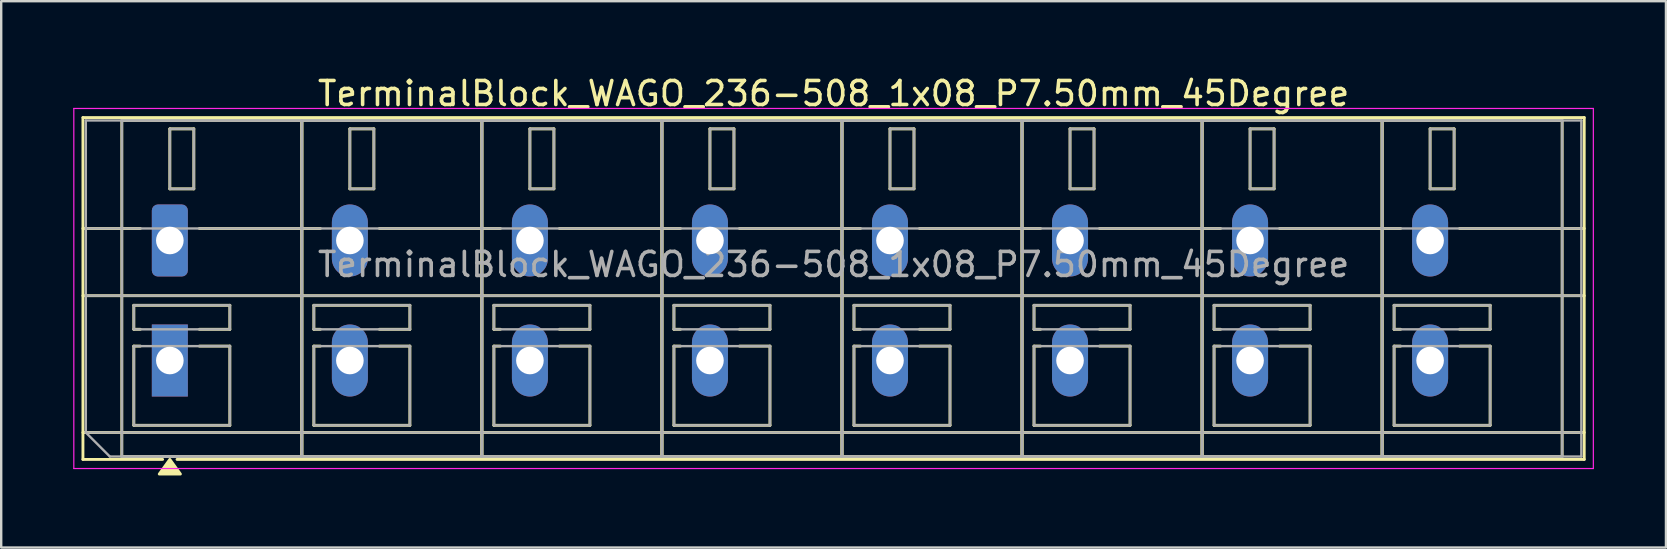
<source format=kicad_pcb>
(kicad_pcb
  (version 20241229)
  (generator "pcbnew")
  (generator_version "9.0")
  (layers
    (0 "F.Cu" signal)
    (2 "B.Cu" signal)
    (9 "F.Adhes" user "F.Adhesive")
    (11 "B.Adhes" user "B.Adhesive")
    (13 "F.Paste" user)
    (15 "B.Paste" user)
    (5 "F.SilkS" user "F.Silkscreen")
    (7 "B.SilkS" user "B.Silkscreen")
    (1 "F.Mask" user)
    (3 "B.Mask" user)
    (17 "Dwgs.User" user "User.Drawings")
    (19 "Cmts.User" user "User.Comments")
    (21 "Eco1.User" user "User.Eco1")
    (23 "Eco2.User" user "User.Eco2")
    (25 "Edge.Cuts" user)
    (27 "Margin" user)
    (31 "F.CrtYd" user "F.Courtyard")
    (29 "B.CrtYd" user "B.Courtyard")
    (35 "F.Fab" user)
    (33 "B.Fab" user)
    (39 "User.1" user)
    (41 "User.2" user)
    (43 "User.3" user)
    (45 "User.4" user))
  (footprint "TerminalBlock_WAGO_236-508_1x08_P7.50mm_45Degree"
    (layer "F.Cu")
    (at 4.025 6.968)
    (property "Reference" "TerminalBlock_WAGO_236-508_1x08_P7.50mm_45Degree" (at 27.65 -6.12 0) (layer "F.SilkS") (effects (font (size 1 1) (thickness 0.15))))
    (attr through_hole)
    (fp_line (start -3.62 -5.12) (end 58.92 -5.12) (stroke (width 0.12) (type solid)) (layer "F.SilkS"))
    (fp_line (start -3.62 -0.5) (end -1.23 -0.5) (stroke (width 0.12) (type solid)) (layer "F.SilkS"))
    (fp_line (start -3.62 2.3) (end 58.92 2.3) (stroke (width 0.12) (type solid)) (layer "F.SilkS"))
    (fp_line (start -3.62 8) (end 58.92 8) (stroke (width 0.12) (type solid)) (layer "F.SilkS"))
    (fp_line (start -3.62 9.12) (end -3.62 -5.12) (stroke (width 0.12) (type solid)) (layer "F.SilkS"))
    (fp_line (start -2 -5) (end 5.5 -5) (stroke (width 0.12) (type solid)) (layer "F.SilkS"))
    (fp_line (start -2 9) (end -2 -5) (stroke (width 0.12) (type solid)) (layer "F.SilkS"))
    (fp_line (start -1.5 2.7) (end 2.5 2.7) (stroke (width 0.12) (type solid)) (layer "F.SilkS"))
    (fp_line (start -1.5 3.7) (end -1.5 2.7) (stroke (width 0.12) (type solid)) (layer "F.SilkS"))
    (fp_line (start -1.5 4.4) (end -1.23 4.4) (stroke (width 0.12) (type solid)) (layer "F.SilkS"))
    (fp_line (start -1.5 7.7) (end -1.5 4.4) (stroke (width 0.12) (type solid)) (layer "F.SilkS"))
    (fp_line (start -1.23 3.7) (end -1.5 3.7) (stroke (width 0.12) (type solid)) (layer "F.SilkS"))
    (fp_line (start -0.3 9.12) (end -3.62 9.12) (stroke (width 0.12) (type solid)) (layer "F.SilkS"))
    (fp_line (start 0 -4.65) (end 1 -4.65) (stroke (width 0.12) (type solid)) (layer "F.SilkS"))
    (fp_line (start 0 -2.15) (end 0 -4.65) (stroke (width 0.12) (type solid)) (layer "F.SilkS"))
    (fp_line (start 1 -4.65) (end 1 -2.15) (stroke (width 0.12) (type solid)) (layer "F.SilkS"))
    (fp_line (start 1 -2.15) (end 0 -2.15) (stroke (width 0.12) (type solid)) (layer "F.SilkS"))
    (fp_line (start 1.23 -0.5) (end 6.27 -0.5) (stroke (width 0.12) (type solid)) (layer "F.SilkS"))
    (fp_line (start 1.23 4.4) (end 2.5 4.4) (stroke (width 0.12) (type solid)) (layer "F.SilkS"))
    (fp_line (start 2.5 2.7) (end 2.5 3.7) (stroke (width 0.12) (type solid)) (layer "F.SilkS"))
    (fp_line (start 2.5 3.7) (end 1.23 3.7) (stroke (width 0.12) (type solid)) (layer "F.SilkS"))
    (fp_line (start 2.5 4.4) (end 2.5 7.7) (stroke (width 0.12) (type solid)) (layer "F.SilkS"))
    (fp_line (start 2.5 7.7) (end -1.5 7.7) (stroke (width 0.12) (type solid)) (layer "F.SilkS"))
    (fp_line (start 5.5 -5) (end 5.5 9) (stroke (width 0.12) (type solid)) (layer "F.SilkS"))
    (fp_line (start 5.5 -5) (end 13 -5) (stroke (width 0.12) (type solid)) (layer "F.SilkS"))
    (fp_line (start 5.5 9) (end -2 9) (stroke (width 0.12) (type solid)) (layer "F.SilkS"))
    (fp_line (start 5.5 9) (end 5.5 -5) (stroke (width 0.12) (type solid)) (layer "F.SilkS"))
    (fp_line (start 6 2.7) (end 10 2.7) (stroke (width 0.12) (type solid)) (layer "F.SilkS"))
    (fp_line (start 6 3.7) (end 6 2.7) (stroke (width 0.12) (type solid)) (layer "F.SilkS"))
    (fp_line (start 6 4.4) (end 6.27 4.4) (stroke (width 0.12) (type solid)) (layer "F.SilkS"))
    (fp_line (start 6 7.7) (end 6 4.4) (stroke (width 0.12) (type solid)) (layer "F.SilkS"))
    (fp_line (start 6.27 3.7) (end 6 3.7) (stroke (width 0.12) (type solid)) (layer "F.SilkS"))
    (fp_line (start 7.5 -4.65) (end 8.5 -4.65) (stroke (width 0.12) (type solid)) (layer "F.SilkS"))
    (fp_line (start 7.5 -2.15) (end 7.5 -4.65) (stroke (width 0.12) (type solid)) (layer "F.SilkS"))
    (fp_line (start 8.5 -4.65) (end 8.5 -2.15) (stroke (width 0.12) (type solid)) (layer "F.SilkS"))
    (fp_line (start 8.5 -2.15) (end 7.5 -2.15) (stroke (width 0.12) (type solid)) (layer "F.SilkS"))
    (fp_line (start 8.73 -0.5) (end 13.77 -0.5) (stroke (width 0.12) (type solid)) (layer "F.SilkS"))
    (fp_line (start 8.73 4.4) (end 10 4.4) (stroke (width 0.12) (type solid)) (layer "F.SilkS"))
    (fp_line (start 10 2.7) (end 10 3.7) (stroke (width 0.12) (type solid)) (layer "F.SilkS"))
    (fp_line (start 10 3.7) (end 8.73 3.7) (stroke (width 0.12) (type solid)) (layer "F.SilkS"))
    (fp_line (start 10 4.4) (end 10 7.7) (stroke (width 0.12) (type solid)) (layer "F.SilkS"))
    (fp_line (start 10 7.7) (end 6 7.7) (stroke (width 0.12) (type solid)) (layer "F.SilkS"))
    (fp_line (start 13 -5) (end 13 9) (stroke (width 0.12) (type solid)) (layer "F.SilkS"))
    (fp_line (start 13 -5) (end 20.5 -5) (stroke (width 0.12) (type solid)) (layer "F.SilkS"))
    (fp_line (start 13 9) (end 5.5 9) (stroke (width 0.12) (type solid)) (layer "F.SilkS"))
    (fp_line (start 13 9) (end 13 -5) (stroke (width 0.12) (type solid)) (layer "F.SilkS"))
    (fp_line (start 13.5 2.7) (end 17.5 2.7) (stroke (width 0.12) (type solid)) (layer "F.SilkS"))
    (fp_line (start 13.5 3.7) (end 13.5 2.7) (stroke (width 0.12) (type solid)) (layer "F.SilkS"))
    (fp_line (start 13.5 4.4) (end 13.77 4.4) (stroke (width 0.12) (type solid)) (layer "F.SilkS"))
    (fp_line (start 13.5 7.7) (end 13.5 4.4) (stroke (width 0.12) (type solid)) (layer "F.SilkS"))
    (fp_line (start 13.77 3.7) (end 13.5 3.7) (stroke (width 0.12) (type solid)) (layer "F.SilkS"))
    (fp_line (start 15 -4.65) (end 16 -4.65) (stroke (width 0.12) (type solid)) (layer "F.SilkS"))
    (fp_line (start 15 -2.15) (end 15 -4.65) (stroke (width 0.12) (type solid)) (layer "F.SilkS"))
    (fp_line (start 16 -4.65) (end 16 -2.15) (stroke (width 0.12) (type solid)) (layer "F.SilkS"))
    (fp_line (start 16 -2.15) (end 15 -2.15) (stroke (width 0.12) (type solid)) (layer "F.SilkS"))
    (fp_line (start 16.23 -0.5) (end 21.27 -0.5) (stroke (width 0.12) (type solid)) (layer "F.SilkS"))
    (fp_line (start 16.23 4.4) (end 17.5 4.4) (stroke (width 0.12) (type solid)) (layer "F.SilkS"))
    (fp_line (start 17.5 2.7) (end 17.5 3.7) (stroke (width 0.12) (type solid)) (layer "F.SilkS"))
    (fp_line (start 17.5 3.7) (end 16.23 3.7) (stroke (width 0.12) (type solid)) (layer "F.SilkS"))
    (fp_line (start 17.5 4.4) (end 17.5 7.7) (stroke (width 0.12) (type solid)) (layer "F.SilkS"))
    (fp_line (start 17.5 7.7) (end 13.5 7.7) (stroke (width 0.12) (type solid)) (layer "F.SilkS"))
    (fp_line (start 20.5 -5) (end 20.5 9) (stroke (width 0.12) (type solid)) (layer "F.SilkS"))
    (fp_line (start 20.5 -5) (end 28 -5) (stroke (width 0.12) (type solid)) (layer "F.SilkS"))
    (fp_line (start 20.5 9) (end 13 9) (stroke (width 0.12) (type solid)) (layer "F.SilkS"))
    (fp_line (start 20.5 9) (end 20.5 -5) (stroke (width 0.12) (type solid)) (layer "F.SilkS"))
    (fp_line (start 21 2.7) (end 25 2.7) (stroke (width 0.12) (type solid)) (layer "F.SilkS"))
    (fp_line (start 21 3.7) (end 21 2.7) (stroke (width 0.12) (type solid)) (layer "F.SilkS"))
    (fp_line (start 21 4.4) (end 21.27 4.4) (stroke (width 0.12) (type solid)) (layer "F.SilkS"))
    (fp_line (start 21 7.7) (end 21 4.4) (stroke (width 0.12) (type solid)) (layer "F.SilkS"))
    (fp_line (start 21.27 3.7) (end 21 3.7) (stroke (width 0.12) (type solid)) (layer "F.SilkS"))
    (fp_line (start 22.5 -4.65) (end 23.5 -4.65) (stroke (width 0.12) (type solid)) (layer "F.SilkS"))
    (fp_line (start 22.5 -2.15) (end 22.5 -4.65) (stroke (width 0.12) (type solid)) (layer "F.SilkS"))
    (fp_line (start 23.5 -4.65) (end 23.5 -2.15) (stroke (width 0.12) (type solid)) (layer "F.SilkS"))
    (fp_line (start 23.5 -2.15) (end 22.5 -2.15) (stroke (width 0.12) (type solid)) (layer "F.SilkS"))
    (fp_line (start 23.73 -0.5) (end 28.77 -0.5) (stroke (width 0.12) (type solid)) (layer "F.SilkS"))
    (fp_line (start 23.73 4.4) (end 25 4.4) (stroke (width 0.12) (type solid)) (layer "F.SilkS"))
    (fp_line (start 25 2.7) (end 25 3.7) (stroke (width 0.12) (type solid)) (layer "F.SilkS"))
    (fp_line (start 25 3.7) (end 23.73 3.7) (stroke (width 0.12) (type solid)) (layer "F.SilkS"))
    (fp_line (start 25 4.4) (end 25 7.7) (stroke (width 0.12) (type solid)) (layer "F.SilkS"))
    (fp_line (start 25 7.7) (end 21 7.7) (stroke (width 0.12) (type solid)) (layer "F.SilkS"))
    (fp_line (start 28 -5) (end 28 9) (stroke (width 0.12) (type solid)) (layer "F.SilkS"))
    (fp_line (start 28 -5) (end 35.5 -5) (stroke (width 0.12) (type solid)) (layer "F.SilkS"))
    (fp_line (start 28 9) (end 20.5 9) (stroke (width 0.12) (type solid)) (layer "F.SilkS"))
    (fp_line (start 28 9) (end 28 -5) (stroke (width 0.12) (type solid)) (layer "F.SilkS"))
    (fp_line (start 28.5 2.7) (end 32.5 2.7) (stroke (width 0.12) (type solid)) (layer "F.SilkS"))
    (fp_line (start 28.5 3.7) (end 28.5 2.7) (stroke (width 0.12) (type solid)) (layer "F.SilkS"))
    (fp_line (start 28.5 4.4) (end 28.77 4.4) (stroke (width 0.12) (type solid)) (layer "F.SilkS"))
    (fp_line (start 28.5 7.7) (end 28.5 4.4) (stroke (width 0.12) (type solid)) (layer "F.SilkS"))
    (fp_line (start 28.77 3.7) (end 28.5 3.7) (stroke (width 0.12) (type solid)) (layer "F.SilkS"))
    (fp_line (start 30 -4.65) (end 31 -4.65) (stroke (width 0.12) (type solid)) (layer "F.SilkS"))
    (fp_line (start 30 -2.15) (end 30 -4.65) (stroke (width 0.12) (type solid)) (layer "F.SilkS"))
    (fp_line (start 31 -4.65) (end 31 -2.15) (stroke (width 0.12) (type solid)) (layer "F.SilkS"))
    (fp_line (start 31 -2.15) (end 30 -2.15) (stroke (width 0.12) (type solid)) (layer "F.SilkS"))
    (fp_line (start 31.23 -0.5) (end 36.27 -0.5) (stroke (width 0.12) (type solid)) (layer "F.SilkS"))
    (fp_line (start 31.23 4.4) (end 32.5 4.4) (stroke (width 0.12) (type solid)) (layer "F.SilkS"))
    (fp_line (start 32.5 2.7) (end 32.5 3.7) (stroke (width 0.12) (type solid)) (layer "F.SilkS"))
    (fp_line (start 32.5 3.7) (end 31.23 3.7) (stroke (width 0.12) (type solid)) (layer "F.SilkS"))
    (fp_line (start 32.5 4.4) (end 32.5 7.7) (stroke (width 0.12) (type solid)) (layer "F.SilkS"))
    (fp_line (start 32.5 7.7) (end 28.5 7.7) (stroke (width 0.12) (type solid)) (layer "F.SilkS"))
    (fp_line (start 35.5 -5) (end 35.5 9) (stroke (width 0.12) (type solid)) (layer "F.SilkS"))
    (fp_line (start 35.5 -5) (end 43 -5) (stroke (width 0.12) (type solid)) (layer "F.SilkS"))
    (fp_line (start 35.5 9) (end 28 9) (stroke (width 0.12) (type solid)) (layer "F.SilkS"))
    (fp_line (start 35.5 9) (end 35.5 -5) (stroke (width 0.12) (type solid)) (layer "F.SilkS"))
    (fp_line (start 36 2.7) (end 40 2.7) (stroke (width 0.12) (type solid)) (layer "F.SilkS"))
    (fp_line (start 36 3.7) (end 36 2.7) (stroke (width 0.12) (type solid)) (layer "F.SilkS"))
    (fp_line (start 36 4.4) (end 36.27 4.4) (stroke (width 0.12) (type solid)) (layer "F.SilkS"))
    (fp_line (start 36 7.7) (end 36 4.4) (stroke (width 0.12) (type solid)) (layer "F.SilkS"))
    (fp_line (start 36.27 3.7) (end 36 3.7) (stroke (width 0.12) (type solid)) (layer "F.SilkS"))
    (fp_line (start 37.5 -4.65) (end 38.5 -4.65) (stroke (width 0.12) (type solid)) (layer "F.SilkS"))
    (fp_line (start 37.5 -2.15) (end 37.5 -4.65) (stroke (width 0.12) (type solid)) (layer "F.SilkS"))
    (fp_line (start 38.5 -4.65) (end 38.5 -2.15) (stroke (width 0.12) (type solid)) (layer "F.SilkS"))
    (fp_line (start 38.5 -2.15) (end 37.5 -2.15) (stroke (width 0.12) (type solid)) (layer "F.SilkS"))
    (fp_line (start 38.73 -0.5) (end 43.77 -0.5) (stroke (width 0.12) (type solid)) (layer "F.SilkS"))
    (fp_line (start 38.73 4.4) (end 40 4.4) (stroke (width 0.12) (type solid)) (layer "F.SilkS"))
    (fp_line (start 40 2.7) (end 40 3.7) (stroke (width 0.12) (type solid)) (layer "F.SilkS"))
    (fp_line (start 40 3.7) (end 38.73 3.7) (stroke (width 0.12) (type solid)) (layer "F.SilkS"))
    (fp_line (start 40 4.4) (end 40 7.7) (stroke (width 0.12) (type solid)) (layer "F.SilkS"))
    (fp_line (start 40 7.7) (end 36 7.7) (stroke (width 0.12) (type solid)) (layer "F.SilkS"))
    (fp_line (start 43 -5) (end 43 9) (stroke (width 0.12) (type solid)) (layer "F.SilkS"))
    (fp_line (start 43 -5) (end 50.5 -5) (stroke (width 0.12) (type solid)) (layer "F.SilkS"))
    (fp_line (start 43 9) (end 35.5 9) (stroke (width 0.12) (type solid)) (layer "F.SilkS"))
    (fp_line (start 43 9) (end 43 -5) (stroke (width 0.12) (type solid)) (layer "F.SilkS"))
    (fp_line (start 43.5 2.7) (end 47.5 2.7) (stroke (width 0.12) (type solid)) (layer "F.SilkS"))
    (fp_line (start 43.5 3.7) (end 43.5 2.7) (stroke (width 0.12) (type solid)) (layer "F.SilkS"))
    (fp_line (start 43.5 4.4) (end 43.77 4.4) (stroke (width 0.12) (type solid)) (layer "F.SilkS"))
    (fp_line (start 43.5 7.7) (end 43.5 4.4) (stroke (width 0.12) (type solid)) (layer "F.SilkS"))
    (fp_line (start 43.77 3.7) (end 43.5 3.7) (stroke (width 0.12) (type solid)) (layer "F.SilkS"))
    (fp_line (start 45 -4.65) (end 46 -4.65) (stroke (width 0.12) (type solid)) (layer "F.SilkS"))
    (fp_line (start 45 -2.15) (end 45 -4.65) (stroke (width 0.12) (type solid)) (layer "F.SilkS"))
    (fp_line (start 46 -4.65) (end 46 -2.15) (stroke (width 0.12) (type solid)) (layer "F.SilkS"))
    (fp_line (start 46 -2.15) (end 45 -2.15) (stroke (width 0.12) (type solid)) (layer "F.SilkS"))
    (fp_line (start 46.23 -0.5) (end 51.27 -0.5) (stroke (width 0.12) (type solid)) (layer "F.SilkS"))
    (fp_line (start 46.23 4.4) (end 47.5 4.4) (stroke (width 0.12) (type solid)) (layer "F.SilkS"))
    (fp_line (start 47.5 2.7) (end 47.5 3.7) (stroke (width 0.12) (type solid)) (layer "F.SilkS"))
    (fp_line (start 47.5 3.7) (end 46.23 3.7) (stroke (width 0.12) (type solid)) (layer "F.SilkS"))
    (fp_line (start 47.5 4.4) (end 47.5 7.7) (stroke (width 0.12) (type solid)) (layer "F.SilkS"))
    (fp_line (start 47.5 7.7) (end 43.5 7.7) (stroke (width 0.12) (type solid)) (layer "F.SilkS"))
    (fp_line (start 50.5 -5) (end 50.5 9) (stroke (width 0.12) (type solid)) (layer "F.SilkS"))
    (fp_line (start 50.5 -5) (end 58 -5) (stroke (width 0.12) (type solid)) (layer "F.SilkS"))
    (fp_line (start 50.5 9) (end 43 9) (stroke (width 0.12) (type solid)) (layer "F.SilkS"))
    (fp_line (start 50.5 9) (end 50.5 -5) (stroke (width 0.12) (type solid)) (layer "F.SilkS"))
    (fp_line (start 51 2.7) (end 55 2.7) (stroke (width 0.12) (type solid)) (layer "F.SilkS"))
    (fp_line (start 51 3.7) (end 51 2.7) (stroke (width 0.12) (type solid)) (layer "F.SilkS"))
    (fp_line (start 51 4.4) (end 51.27 4.4) (stroke (width 0.12) (type solid)) (layer "F.SilkS"))
    (fp_line (start 51 7.7) (end 51 4.4) (stroke (width 0.12) (type solid)) (layer "F.SilkS"))
    (fp_line (start 51.27 3.7) (end 51 3.7) (stroke (width 0.12) (type solid)) (layer "F.SilkS"))
    (fp_line (start 52.5 -4.65) (end 53.5 -4.65) (stroke (width 0.12) (type solid)) (layer "F.SilkS"))
    (fp_line (start 52.5 -2.15) (end 52.5 -4.65) (stroke (width 0.12) (type solid)) (layer "F.SilkS"))
    (fp_line (start 53.5 -4.65) (end 53.5 -2.15) (stroke (width 0.12) (type solid)) (layer "F.SilkS"))
    (fp_line (start 53.5 -2.15) (end 52.5 -2.15) (stroke (width 0.12) (type solid)) (layer "F.SilkS"))
    (fp_line (start 53.73 -0.5) (end 58.92 -0.5) (stroke (width 0.12) (type solid)) (layer "F.SilkS"))
    (fp_line (start 53.73 4.4) (end 55 4.4) (stroke (width 0.12) (type solid)) (layer "F.SilkS"))
    (fp_line (start 55 2.7) (end 55 3.7) (stroke (width 0.12) (type solid)) (layer "F.SilkS"))
    (fp_line (start 55 3.7) (end 53.73 3.7) (stroke (width 0.12) (type solid)) (layer "F.SilkS"))
    (fp_line (start 55 4.4) (end 55 7.7) (stroke (width 0.12) (type solid)) (layer "F.SilkS"))
    (fp_line (start 55 7.7) (end 51 7.7) (stroke (width 0.12) (type solid)) (layer "F.SilkS"))
    (fp_line (start 58 -5) (end 58 9) (stroke (width 0.12) (type solid)) (layer "F.SilkS"))
    (fp_line (start 58 9) (end 50.5 9) (stroke (width 0.12) (type solid)) (layer "F.SilkS"))
    (fp_line (start 58.92 -5.12) (end 58.92 9.12) (stroke (width 0.12) (type solid)) (layer "F.SilkS"))
    (fp_line (start 58.92 9.12) (end 0.3 9.12) (stroke (width 0.12) (type solid)) (layer "F.SilkS"))
    (fp_poly (pts (xy 0 9.12) (xy 0.44 9.73) (xy -0.44 9.73)) (stroke (width 0.12) (type solid)) (fill yes) (layer "F.SilkS"))
    (fp_line (start -4 -5.5) (end -4 9.5) (stroke (width 0.05) (type solid)) (layer "F.CrtYd"))
    (fp_line (start -4 9.5) (end 59.3 9.5) (stroke (width 0.05) (type solid)) (layer "F.CrtYd"))
    (fp_line (start 59.3 -5.5) (end -4 -5.5) (stroke (width 0.05) (type solid)) (layer "F.CrtYd"))
    (fp_line (start 59.3 9.5) (end 59.3 -5.5) (stroke (width 0.05) (type solid)) (layer "F.CrtYd"))
    (fp_line (start -3.5 -5) (end 58.8 -5) (stroke (width 0.1) (type solid)) (layer "F.Fab"))
    (fp_line (start -3.5 -0.5) (end 58.8 -0.5) (stroke (width 0.1) (type solid)) (layer "F.Fab"))
    (fp_line (start -3.5 2.3) (end 58.8 2.3) (stroke (width 0.1) (type solid)) (layer "F.Fab"))
    (fp_line (start -3.5 8) (end -3.5 -5) (stroke (width 0.1) (type solid)) (layer "F.Fab"))
    (fp_line (start -3.5 8) (end 58.8 8) (stroke (width 0.1) (type solid)) (layer "F.Fab"))
    (fp_line (start -2.5 9) (end -3.5 8) (stroke (width 0.1) (type solid)) (layer "F.Fab"))
    (fp_line (start -2 -5) (end -2 9) (stroke (width 0.1) (type solid)) (layer "F.Fab"))
    (fp_line (start -2 9) (end 5.5 9) (stroke (width 0.1) (type solid)) (layer "F.Fab"))
    (fp_line (start -1.5 2.7) (end -1.5 3.7) (stroke (width 0.1) (type solid)) (layer "F.Fab"))
    (fp_line (start -1.5 3.7) (end 2.5 3.7) (stroke (width 0.1) (type solid)) (layer "F.Fab"))
    (fp_line (start -1.5 4.4) (end -1.5 7.7) (stroke (width 0.1) (type solid)) (layer "F.Fab"))
    (fp_line (start -1.5 7.7) (end 2.5 7.7) (stroke (width 0.1) (type solid)) (layer "F.Fab"))
    (fp_line (start 0 -4.65) (end 0 -2.15) (stroke (width 0.1) (type solid)) (layer "F.Fab"))
    (fp_line (start 0 -2.15) (end 1 -2.15) (stroke (width 0.1) (type solid)) (layer "F.Fab"))
    (fp_line (start 1 -4.65) (end 0 -4.65) (stroke (width 0.1) (type solid)) (layer "F.Fab"))
    (fp_line (start 1 -2.15) (end 1 -4.65) (stroke (width 0.1) (type solid)) (layer "F.Fab"))
    (fp_line (start 2.5 2.7) (end -1.5 2.7) (stroke (width 0.1) (type solid)) (layer "F.Fab"))
    (fp_line (start 2.5 3.7) (end 2.5 2.7) (stroke (width 0.1) (type solid)) (layer "F.Fab"))
    (fp_line (start 2.5 4.4) (end -1.5 4.4) (stroke (width 0.1) (type solid)) (layer "F.Fab"))
    (fp_line (start 2.5 7.7) (end 2.5 4.4) (stroke (width 0.1) (type solid)) (layer "F.Fab"))
    (fp_line (start 5.5 -5) (end -2 -5) (stroke (width 0.1) (type solid)) (layer "F.Fab"))
    (fp_line (start 5.5 -5) (end 5.5 9) (stroke (width 0.1) (type solid)) (layer "F.Fab"))
    (fp_line (start 5.5 9) (end 5.5 -5) (stroke (width 0.1) (type solid)) (layer "F.Fab"))
    (fp_line (start 5.5 9) (end 13 9) (stroke (width 0.1) (type solid)) (layer "F.Fab"))
    (fp_line (start 6 2.7) (end 6 3.7) (stroke (width 0.1) (type solid)) (layer "F.Fab"))
    (fp_line (start 6 3.7) (end 10 3.7) (stroke (width 0.1) (type solid)) (layer "F.Fab"))
    (fp_line (start 6 4.4) (end 6 7.7) (stroke (width 0.1) (type solid)) (layer "F.Fab"))
    (fp_line (start 6 7.7) (end 10 7.7) (stroke (width 0.1) (type solid)) (layer "F.Fab"))
    (fp_line (start 7.5 -4.65) (end 7.5 -2.15) (stroke (width 0.1) (type solid)) (layer "F.Fab"))
    (fp_line (start 7.5 -2.15) (end 8.5 -2.15) (stroke (width 0.1) (type solid)) (layer "F.Fab"))
    (fp_line (start 8.5 -4.65) (end 7.5 -4.65) (stroke (width 0.1) (type solid)) (layer "F.Fab"))
    (fp_line (start 8.5 -2.15) (end 8.5 -4.65) (stroke (width 0.1) (type solid)) (layer "F.Fab"))
    (fp_line (start 10 2.7) (end 6 2.7) (stroke (width 0.1) (type solid)) (layer "F.Fab"))
    (fp_line (start 10 3.7) (end 10 2.7) (stroke (width 0.1) (type solid)) (layer "F.Fab"))
    (fp_line (start 10 4.4) (end 6 4.4) (stroke (width 0.1) (type solid)) (layer "F.Fab"))
    (fp_line (start 10 7.7) (end 10 4.4) (stroke (width 0.1) (type solid)) (layer "F.Fab"))
    (fp_line (start 13 -5) (end 5.5 -5) (stroke (width 0.1) (type solid)) (layer "F.Fab"))
    (fp_line (start 13 -5) (end 13 9) (stroke (width 0.1) (type solid)) (layer "F.Fab"))
    (fp_line (start 13 9) (end 13 -5) (stroke (width 0.1) (type solid)) (layer "F.Fab"))
    (fp_line (start 13 9) (end 20.5 9) (stroke (width 0.1) (type solid)) (layer "F.Fab"))
    (fp_line (start 13.5 2.7) (end 13.5 3.7) (stroke (width 0.1) (type solid)) (layer "F.Fab"))
    (fp_line (start 13.5 3.7) (end 17.5 3.7) (stroke (width 0.1) (type solid)) (layer "F.Fab"))
    (fp_line (start 13.5 4.4) (end 13.5 7.7) (stroke (width 0.1) (type solid)) (layer "F.Fab"))
    (fp_line (start 13.5 7.7) (end 17.5 7.7) (stroke (width 0.1) (type solid)) (layer "F.Fab"))
    (fp_line (start 15 -4.65) (end 15 -2.15) (stroke (width 0.1) (type solid)) (layer "F.Fab"))
    (fp_line (start 15 -2.15) (end 16 -2.15) (stroke (width 0.1) (type solid)) (layer "F.Fab"))
    (fp_line (start 16 -4.65) (end 15 -4.65) (stroke (width 0.1) (type solid)) (layer "F.Fab"))
    (fp_line (start 16 -2.15) (end 16 -4.65) (stroke (width 0.1) (type solid)) (layer "F.Fab"))
    (fp_line (start 17.5 2.7) (end 13.5 2.7) (stroke (width 0.1) (type solid)) (layer "F.Fab"))
    (fp_line (start 17.5 3.7) (end 17.5 2.7) (stroke (width 0.1) (type solid)) (layer "F.Fab"))
    (fp_line (start 17.5 4.4) (end 13.5 4.4) (stroke (width 0.1) (type solid)) (layer "F.Fab"))
    (fp_line (start 17.5 7.7) (end 17.5 4.4) (stroke (width 0.1) (type solid)) (layer "F.Fab"))
    (fp_line (start 20.5 -5) (end 13 -5) (stroke (width 0.1) (type solid)) (layer "F.Fab"))
    (fp_line (start 20.5 -5) (end 20.5 9) (stroke (width 0.1) (type solid)) (layer "F.Fab"))
    (fp_line (start 20.5 9) (end 20.5 -5) (stroke (width 0.1) (type solid)) (layer "F.Fab"))
    (fp_line (start 20.5 9) (end 28 9) (stroke (width 0.1) (type solid)) (layer "F.Fab"))
    (fp_line (start 21 2.7) (end 21 3.7) (stroke (width 0.1) (type solid)) (layer "F.Fab"))
    (fp_line (start 21 3.7) (end 25 3.7) (stroke (width 0.1) (type solid)) (layer "F.Fab"))
    (fp_line (start 21 4.4) (end 21 7.7) (stroke (width 0.1) (type solid)) (layer "F.Fab"))
    (fp_line (start 21 7.7) (end 25 7.7) (stroke (width 0.1) (type solid)) (layer "F.Fab"))
    (fp_line (start 22.5 -4.65) (end 22.5 -2.15) (stroke (width 0.1) (type solid)) (layer "F.Fab"))
    (fp_line (start 22.5 -2.15) (end 23.5 -2.15) (stroke (width 0.1) (type solid)) (layer "F.Fab"))
    (fp_line (start 23.5 -4.65) (end 22.5 -4.65) (stroke (width 0.1) (type solid)) (layer "F.Fab"))
    (fp_line (start 23.5 -2.15) (end 23.5 -4.65) (stroke (width 0.1) (type solid)) (layer "F.Fab"))
    (fp_line (start 25 2.7) (end 21 2.7) (stroke (width 0.1) (type solid)) (layer "F.Fab"))
    (fp_line (start 25 3.7) (end 25 2.7) (stroke (width 0.1) (type solid)) (layer "F.Fab"))
    (fp_line (start 25 4.4) (end 21 4.4) (stroke (width 0.1) (type solid)) (layer "F.Fab"))
    (fp_line (start 25 7.7) (end 25 4.4) (stroke (width 0.1) (type solid)) (layer "F.Fab"))
    (fp_line (start 28 -5) (end 20.5 -5) (stroke (width 0.1) (type solid)) (layer "F.Fab"))
    (fp_line (start 28 -5) (end 28 9) (stroke (width 0.1) (type solid)) (layer "F.Fab"))
    (fp_line (start 28 9) (end 28 -5) (stroke (width 0.1) (type solid)) (layer "F.Fab"))
    (fp_line (start 28 9) (end 35.5 9) (stroke (width 0.1) (type solid)) (layer "F.Fab"))
    (fp_line (start 28.5 2.7) (end 28.5 3.7) (stroke (width 0.1) (type solid)) (layer "F.Fab"))
    (fp_line (start 28.5 3.7) (end 32.5 3.7) (stroke (width 0.1) (type solid)) (layer "F.Fab"))
    (fp_line (start 28.5 4.4) (end 28.5 7.7) (stroke (width 0.1) (type solid)) (layer "F.Fab"))
    (fp_line (start 28.5 7.7) (end 32.5 7.7) (stroke (width 0.1) (type solid)) (layer "F.Fab"))
    (fp_line (start 30 -4.65) (end 30 -2.15) (stroke (width 0.1) (type solid)) (layer "F.Fab"))
    (fp_line (start 30 -2.15) (end 31 -2.15) (stroke (width 0.1) (type solid)) (layer "F.Fab"))
    (fp_line (start 31 -4.65) (end 30 -4.65) (stroke (width 0.1) (type solid)) (layer "F.Fab"))
    (fp_line (start 31 -2.15) (end 31 -4.65) (stroke (width 0.1) (type solid)) (layer "F.Fab"))
    (fp_line (start 32.5 2.7) (end 28.5 2.7) (stroke (width 0.1) (type solid)) (layer "F.Fab"))
    (fp_line (start 32.5 3.7) (end 32.5 2.7) (stroke (width 0.1) (type solid)) (layer "F.Fab"))
    (fp_line (start 32.5 4.4) (end 28.5 4.4) (stroke (width 0.1) (type solid)) (layer "F.Fab"))
    (fp_line (start 32.5 7.7) (end 32.5 4.4) (stroke (width 0.1) (type solid)) (layer "F.Fab"))
    (fp_line (start 35.5 -5) (end 28 -5) (stroke (width 0.1) (type solid)) (layer "F.Fab"))
    (fp_line (start 35.5 -5) (end 35.5 9) (stroke (width 0.1) (type solid)) (layer "F.Fab"))
    (fp_line (start 35.5 9) (end 35.5 -5) (stroke (width 0.1) (type solid)) (layer "F.Fab"))
    (fp_line (start 35.5 9) (end 43 9) (stroke (width 0.1) (type solid)) (layer "F.Fab"))
    (fp_line (start 36 2.7) (end 36 3.7) (stroke (width 0.1) (type solid)) (layer "F.Fab"))
    (fp_line (start 36 3.7) (end 40 3.7) (stroke (width 0.1) (type solid)) (layer "F.Fab"))
    (fp_line (start 36 4.4) (end 36 7.7) (stroke (width 0.1) (type solid)) (layer "F.Fab"))
    (fp_line (start 36 7.7) (end 40 7.7) (stroke (width 0.1) (type solid)) (layer "F.Fab"))
    (fp_line (start 37.5 -4.65) (end 37.5 -2.15) (stroke (width 0.1) (type solid)) (layer "F.Fab"))
    (fp_line (start 37.5 -2.15) (end 38.5 -2.15) (stroke (width 0.1) (type solid)) (layer "F.Fab"))
    (fp_line (start 38.5 -4.65) (end 37.5 -4.65) (stroke (width 0.1) (type solid)) (layer "F.Fab"))
    (fp_line (start 38.5 -2.15) (end 38.5 -4.65) (stroke (width 0.1) (type solid)) (layer "F.Fab"))
    (fp_line (start 40 2.7) (end 36 2.7) (stroke (width 0.1) (type solid)) (layer "F.Fab"))
    (fp_line (start 40 3.7) (end 40 2.7) (stroke (width 0.1) (type solid)) (layer "F.Fab"))
    (fp_line (start 40 4.4) (end 36 4.4) (stroke (width 0.1) (type solid)) (layer "F.Fab"))
    (fp_line (start 40 7.7) (end 40 4.4) (stroke (width 0.1) (type solid)) (layer "F.Fab"))
    (fp_line (start 43 -5) (end 35.5 -5) (stroke (width 0.1) (type solid)) (layer "F.Fab"))
    (fp_line (start 43 -5) (end 43 9) (stroke (width 0.1) (type solid)) (layer "F.Fab"))
    (fp_line (start 43 9) (end 43 -5) (stroke (width 0.1) (type solid)) (layer "F.Fab"))
    (fp_line (start 43 9) (end 50.5 9) (stroke (width 0.1) (type solid)) (layer "F.Fab"))
    (fp_line (start 43.5 2.7) (end 43.5 3.7) (stroke (width 0.1) (type solid)) (layer "F.Fab"))
    (fp_line (start 43.5 3.7) (end 47.5 3.7) (stroke (width 0.1) (type solid)) (layer "F.Fab"))
    (fp_line (start 43.5 4.4) (end 43.5 7.7) (stroke (width 0.1) (type solid)) (layer "F.Fab"))
    (fp_line (start 43.5 7.7) (end 47.5 7.7) (stroke (width 0.1) (type solid)) (layer "F.Fab"))
    (fp_line (start 45 -4.65) (end 45 -2.15) (stroke (width 0.1) (type solid)) (layer "F.Fab"))
    (fp_line (start 45 -2.15) (end 46 -2.15) (stroke (width 0.1) (type solid)) (layer "F.Fab"))
    (fp_line (start 46 -4.65) (end 45 -4.65) (stroke (width 0.1) (type solid)) (layer "F.Fab"))
    (fp_line (start 46 -2.15) (end 46 -4.65) (stroke (width 0.1) (type solid)) (layer "F.Fab"))
    (fp_line (start 47.5 2.7) (end 43.5 2.7) (stroke (width 0.1) (type solid)) (layer "F.Fab"))
    (fp_line (start 47.5 3.7) (end 47.5 2.7) (stroke (width 0.1) (type solid)) (layer "F.Fab"))
    (fp_line (start 47.5 4.4) (end 43.5 4.4) (stroke (width 0.1) (type solid)) (layer "F.Fab"))
    (fp_line (start 47.5 7.7) (end 47.5 4.4) (stroke (width 0.1) (type solid)) (layer "F.Fab"))
    (fp_line (start 50.5 -5) (end 43 -5) (stroke (width 0.1) (type solid)) (layer "F.Fab"))
    (fp_line (start 50.5 -5) (end 50.5 9) (stroke (width 0.1) (type solid)) (layer "F.Fab"))
    (fp_line (start 50.5 9) (end 50.5 -5) (stroke (width 0.1) (type solid)) (layer "F.Fab"))
    (fp_line (start 50.5 9) (end 58 9) (stroke (width 0.1) (type solid)) (layer "F.Fab"))
    (fp_line (start 51 2.7) (end 51 3.7) (stroke (width 0.1) (type solid)) (layer "F.Fab"))
    (fp_line (start 51 3.7) (end 55 3.7) (stroke (width 0.1) (type solid)) (layer "F.Fab"))
    (fp_line (start 51 4.4) (end 51 7.7) (stroke (width 0.1) (type solid)) (layer "F.Fab"))
    (fp_line (start 51 7.7) (end 55 7.7) (stroke (width 0.1) (type solid)) (layer "F.Fab"))
    (fp_line (start 52.5 -4.65) (end 52.5 -2.15) (stroke (width 0.1) (type solid)) (layer "F.Fab"))
    (fp_line (start 52.5 -2.15) (end 53.5 -2.15) (stroke (width 0.1) (type solid)) (layer "F.Fab"))
    (fp_line (start 53.5 -4.65) (end 52.5 -4.65) (stroke (width 0.1) (type solid)) (layer "F.Fab"))
    (fp_line (start 53.5 -2.15) (end 53.5 -4.65) (stroke (width 0.1) (type solid)) (layer "F.Fab"))
    (fp_line (start 55 2.7) (end 51 2.7) (stroke (width 0.1) (type solid)) (layer "F.Fab"))
    (fp_line (start 55 3.7) (end 55 2.7) (stroke (width 0.1) (type solid)) (layer "F.Fab"))
    (fp_line (start 55 4.4) (end 51 4.4) (stroke (width 0.1) (type solid)) (layer "F.Fab"))
    (fp_line (start 55 7.7) (end 55 4.4) (stroke (width 0.1) (type solid)) (layer "F.Fab"))
    (fp_line (start 58 -5) (end 50.5 -5) (stroke (width 0.1) (type solid)) (layer "F.Fab"))
    (fp_line (start 58 9) (end 58 -5) (stroke (width 0.1) (type solid)) (layer "F.Fab"))
    (fp_line (start 58.8 -5) (end 58.8 9) (stroke (width 0.1) (type solid)) (layer "F.Fab"))
    (fp_line (start 58.8 9) (end -2.5 9) (stroke (width 0.1) (type solid)) (layer "F.Fab"))
    (fp_text user "${REFERENCE}" (at 27.65 1 0) (layer "F.Fab") (effects (font (size 1 1) (thickness 0.15))))
    (pad "1" thru_hole roundrect (at 0 0) (size 1.5 3) (drill 1.15) (layers "*.Cu" "*.Mask") (roundrect_rratio 0.167))
    (pad "1" thru_hole rect (at 0 5) (size 1.5 3) (drill 1.15) (layers "*.Cu" "*.Mask"))
    (pad "2" thru_hole oval (at 7.5 0) (size 1.5 3) (drill 1.15) (layers "*.Cu" "*.Mask"))
    (pad "2" thru_hole oval (at 7.5 5) (size 1.5 3) (drill 1.15) (layers "*.Cu" "*.Mask"))
    (pad "3" thru_hole oval (at 15 0) (size 1.5 3) (drill 1.15) (layers "*.Cu" "*.Mask"))
    (pad "3" thru_hole oval (at 15 5) (size 1.5 3) (drill 1.15) (layers "*.Cu" "*.Mask"))
    (pad "4" thru_hole oval (at 22.5 0) (size 1.5 3) (drill 1.15) (layers "*.Cu" "*.Mask"))
    (pad "4" thru_hole oval (at 22.5 5) (size 1.5 3) (drill 1.15) (layers "*.Cu" "*.Mask"))
    (pad "5" thru_hole oval (at 30 0) (size 1.5 3) (drill 1.15) (layers "*.Cu" "*.Mask"))
    (pad "5" thru_hole oval (at 30 5) (size 1.5 3) (drill 1.15) (layers "*.Cu" "*.Mask"))
    (pad "6" thru_hole oval (at 37.5 0) (size 1.5 3) (drill 1.15) (layers "*.Cu" "*.Mask"))
    (pad "6" thru_hole oval (at 37.5 5) (size 1.5 3) (drill 1.15) (layers "*.Cu" "*.Mask"))
    (pad "7" thru_hole oval (at 45 0) (size 1.5 3) (drill 1.15) (layers "*.Cu" "*.Mask"))
    (pad "7" thru_hole oval (at 45 5) (size 1.5 3) (drill 1.15) (layers "*.Cu" "*.Mask"))
    (pad "8" thru_hole oval (at 52.5 0) (size 1.5 3) (drill 1.15) (layers "*.Cu" "*.Mask"))
    (pad "8" thru_hole oval (at 52.5 5) (size 1.5 3) (drill 1.15) (layers "*.Cu" "*.Mask")))
  (gr_rect
    (start -3 -3)
    (end 66.35 19.758)
    (stroke (width 0.1) (type default))
    (fill no)
    (layer "Edge.Cuts")))
</source>
